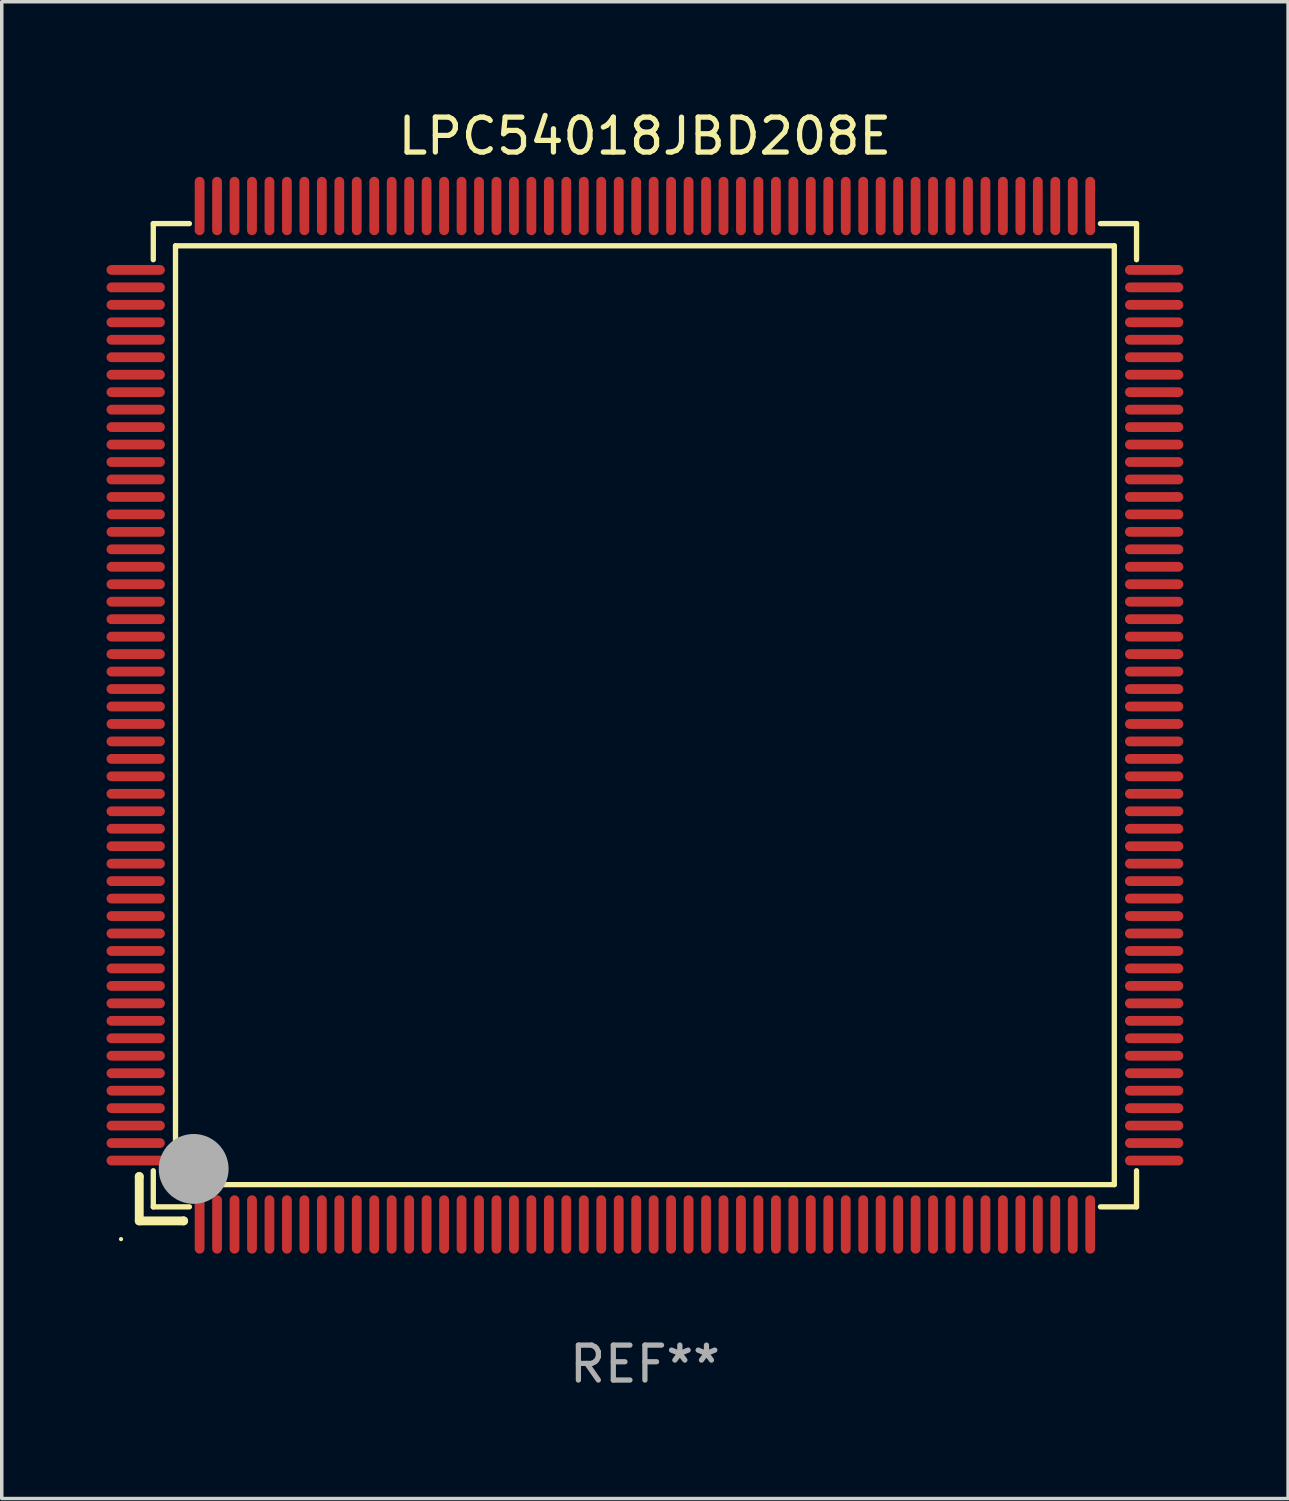
<source format=kicad_pcb>
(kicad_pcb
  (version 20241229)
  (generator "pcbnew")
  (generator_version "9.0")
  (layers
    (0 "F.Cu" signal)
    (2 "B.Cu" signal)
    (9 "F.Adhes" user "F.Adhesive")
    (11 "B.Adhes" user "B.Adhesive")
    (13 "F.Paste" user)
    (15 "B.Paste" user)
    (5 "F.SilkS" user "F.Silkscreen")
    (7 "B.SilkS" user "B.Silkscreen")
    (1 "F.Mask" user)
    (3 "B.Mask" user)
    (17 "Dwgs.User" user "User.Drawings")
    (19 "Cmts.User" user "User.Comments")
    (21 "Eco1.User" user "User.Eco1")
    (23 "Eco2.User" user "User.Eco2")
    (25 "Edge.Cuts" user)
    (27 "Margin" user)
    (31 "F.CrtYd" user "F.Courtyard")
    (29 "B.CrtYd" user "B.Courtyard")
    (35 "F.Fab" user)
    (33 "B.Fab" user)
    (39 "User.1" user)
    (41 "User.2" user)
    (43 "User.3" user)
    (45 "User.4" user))
  (footprint "LPC54018JBD208E"
    (layer "F.Cu")
    (at 15.415 17.428)
    (property "Reference" "LPC54018JBD208E" (at 0 -16.58 0) (layer "F.SilkS") (effects (font (size 1 1) (thickness 0.15))))
    (attr through_hole)
    (fp_line (start -14.478 13.208) (end -14.478 13.208) (stroke (width 0.254) (type solid)) (layer "F.SilkS"))
    (fp_line (start -14.478 13.208) (end -14.478 14.478) (stroke (width 0.254) (type solid)) (layer "F.SilkS"))
    (fp_line (start -14.478 14.478) (end -13.208 14.478) (stroke (width 0.254) (type solid)) (layer "F.SilkS"))
    (fp_line (start -14.076 -14.076) (end -14.076 -13.042) (stroke (width 0.152) (type solid)) (layer "F.SilkS"))
    (fp_line (start -14.076 14.076) (end -14.076 13.042) (stroke (width 0.152) (type solid)) (layer "F.SilkS"))
    (fp_line (start -13.44 -13.44) (end 13.44 -13.44) (stroke (width 0.152) (type solid)) (layer "F.SilkS"))
    (fp_line (start -13.44 13.44) (end -13.44 -13.44) (stroke (width 0.152) (type solid)) (layer "F.SilkS"))
    (fp_line (start -13.208 14.478) (end -13.208 14.478) (stroke (width 0.254) (type solid)) (layer "F.SilkS"))
    (fp_line (start -13.042 -14.076) (end -14.076 -14.076) (stroke (width 0.152) (type solid)) (layer "F.SilkS"))
    (fp_line (start -13.042 14.076) (end -14.076 14.076) (stroke (width 0.152) (type solid)) (layer "F.SilkS"))
    (fp_line (start 13.042 -14.076) (end 14.076 -14.076) (stroke (width 0.152) (type solid)) (layer "F.SilkS"))
    (fp_line (start 13.042 14.076) (end 14.076 14.076) (stroke (width 0.152) (type solid)) (layer "F.SilkS"))
    (fp_line (start 13.44 -13.44) (end 13.44 13.44) (stroke (width 0.152) (type solid)) (layer "F.SilkS"))
    (fp_line (start 13.44 13.44) (end -13.44 13.44) (stroke (width 0.152) (type solid)) (layer "F.SilkS"))
    (fp_line (start 14.076 -14.076) (end 14.076 -13.042) (stroke (width 0.152) (type solid)) (layer "F.SilkS"))
    (fp_line (start 14.076 14.076) (end 14.076 13.042) (stroke (width 0.152) (type solid)) (layer "F.SilkS"))
    (fp_circle (center -15 15) (end -14.97 15) (stroke (width 0.06) (type solid)) (fill no) (layer "F.SilkS"))
    (fp_circle (center -13.138 13.138) (end -13.063 13.138) (stroke (width 0.15) (type solid)) (fill no) (layer "F.SilkS"))
    (fp_circle (center -12.92 12.99) (end -12.42 12.99) (stroke (width 1) (type solid)) (fill no) (layer "F.Fab"))
    (fp_text user "REF**" (at 0 18.58 0) (layer "F.Fab") (effects (font (size 1 1) (thickness 0.15))))
    (pad "1" smd oval (at -12.75 14.58) (size 0.28 1.67) (layers "F.Cu" "F.Mask" "F.Paste"))
    (pad "2" smd oval (at -12.25 14.58) (size 0.28 1.67) (layers "F.Cu" "F.Mask" "F.Paste"))
    (pad "3" smd oval (at -11.75 14.58) (size 0.28 1.67) (layers "F.Cu" "F.Mask" "F.Paste"))
    (pad "4" smd oval (at -11.25 14.58) (size 0.28 1.67) (layers "F.Cu" "F.Mask" "F.Paste"))
    (pad "5" smd oval (at -10.75 14.58) (size 0.28 1.67) (layers "F.Cu" "F.Mask" "F.Paste"))
    (pad "6" smd oval (at -10.25 14.58) (size 0.28 1.67) (layers "F.Cu" "F.Mask" "F.Paste"))
    (pad "7" smd oval (at -9.75 14.58) (size 0.28 1.67) (layers "F.Cu" "F.Mask" "F.Paste"))
    (pad "8" smd oval (at -9.25 14.58) (size 0.28 1.67) (layers "F.Cu" "F.Mask" "F.Paste"))
    (pad "9" smd oval (at -8.75 14.58) (size 0.28 1.67) (layers "F.Cu" "F.Mask" "F.Paste"))
    (pad "10" smd oval (at -8.25 14.58) (size 0.28 1.67) (layers "F.Cu" "F.Mask" "F.Paste"))
    (pad "11" smd oval (at -7.75 14.58) (size 0.28 1.67) (layers "F.Cu" "F.Mask" "F.Paste"))
    (pad "12" smd oval (at -7.25 14.58) (size 0.28 1.67) (layers "F.Cu" "F.Mask" "F.Paste"))
    (pad "13" smd oval (at -6.75 14.58) (size 0.28 1.67) (layers "F.Cu" "F.Mask" "F.Paste"))
    (pad "14" smd oval (at -6.25 14.58) (size 0.28 1.67) (layers "F.Cu" "F.Mask" "F.Paste"))
    (pad "15" smd oval (at -5.75 14.58) (size 0.28 1.67) (layers "F.Cu" "F.Mask" "F.Paste"))
    (pad "16" smd oval (at -5.25 14.58) (size 0.28 1.67) (layers "F.Cu" "F.Mask" "F.Paste"))
    (pad "17" smd oval (at -4.75 14.58) (size 0.28 1.67) (layers "F.Cu" "F.Mask" "F.Paste"))
    (pad "18" smd oval (at -4.25 14.58) (size 0.28 1.67) (layers "F.Cu" "F.Mask" "F.Paste"))
    (pad "19" smd oval (at -3.75 14.58) (size 0.28 1.67) (layers "F.Cu" "F.Mask" "F.Paste"))
    (pad "20" smd oval (at -3.25 14.58) (size 0.28 1.67) (layers "F.Cu" "F.Mask" "F.Paste"))
    (pad "21" smd oval (at -2.75 14.58) (size 0.28 1.67) (layers "F.Cu" "F.Mask" "F.Paste"))
    (pad "22" smd oval (at -2.25 14.58) (size 0.28 1.67) (layers "F.Cu" "F.Mask" "F.Paste"))
    (pad "23" smd oval (at -1.75 14.58) (size 0.28 1.67) (layers "F.Cu" "F.Mask" "F.Paste"))
    (pad "24" smd oval (at -1.25 14.58) (size 0.28 1.67) (layers "F.Cu" "F.Mask" "F.Paste"))
    (pad "25" smd oval (at -0.75 14.58) (size 0.28 1.67) (layers "F.Cu" "F.Mask" "F.Paste"))
    (pad "26" smd oval (at -0.25 14.58) (size 0.28 1.67) (layers "F.Cu" "F.Mask" "F.Paste"))
    (pad "27" smd oval (at 0.25 14.58) (size 0.28 1.67) (layers "F.Cu" "F.Mask" "F.Paste"))
    (pad "28" smd oval (at 0.75 14.58) (size 0.28 1.67) (layers "F.Cu" "F.Mask" "F.Paste"))
    (pad "29" smd oval (at 1.25 14.58) (size 0.28 1.67) (layers "F.Cu" "F.Mask" "F.Paste"))
    (pad "30" smd oval (at 1.75 14.58) (size 0.28 1.67) (layers "F.Cu" "F.Mask" "F.Paste"))
    (pad "31" smd oval (at 2.25 14.58) (size 0.28 1.67) (layers "F.Cu" "F.Mask" "F.Paste"))
    (pad "32" smd oval (at 2.75 14.58) (size 0.28 1.67) (layers "F.Cu" "F.Mask" "F.Paste"))
    (pad "33" smd oval (at 3.25 14.58) (size 0.28 1.67) (layers "F.Cu" "F.Mask" "F.Paste"))
    (pad "34" smd oval (at 3.75 14.58) (size 0.28 1.67) (layers "F.Cu" "F.Mask" "F.Paste"))
    (pad "35" smd oval (at 4.25 14.58) (size 0.28 1.67) (layers "F.Cu" "F.Mask" "F.Paste"))
    (pad "36" smd oval (at 4.75 14.58) (size 0.28 1.67) (layers "F.Cu" "F.Mask" "F.Paste"))
    (pad "37" smd oval (at 5.25 14.58) (size 0.28 1.67) (layers "F.Cu" "F.Mask" "F.Paste"))
    (pad "38" smd oval (at 5.75 14.58) (size 0.28 1.67) (layers "F.Cu" "F.Mask" "F.Paste"))
    (pad "39" smd oval (at 6.25 14.58) (size 0.28 1.67) (layers "F.Cu" "F.Mask" "F.Paste"))
    (pad "40" smd oval (at 6.75 14.58) (size 0.28 1.67) (layers "F.Cu" "F.Mask" "F.Paste"))
    (pad "41" smd oval (at 7.25 14.58) (size 0.28 1.67) (layers "F.Cu" "F.Mask" "F.Paste"))
    (pad "42" smd oval (at 7.75 14.58) (size 0.28 1.67) (layers "F.Cu" "F.Mask" "F.Paste"))
    (pad "43" smd oval (at 8.25 14.58) (size 0.28 1.67) (layers "F.Cu" "F.Mask" "F.Paste"))
    (pad "44" smd oval (at 8.75 14.58) (size 0.28 1.67) (layers "F.Cu" "F.Mask" "F.Paste"))
    (pad "45" smd oval (at 9.25 14.58) (size 0.28 1.67) (layers "F.Cu" "F.Mask" "F.Paste"))
    (pad "46" smd oval (at 9.75 14.58) (size 0.28 1.67) (layers "F.Cu" "F.Mask" "F.Paste"))
    (pad "47" smd oval (at 10.25 14.58) (size 0.28 1.67) (layers "F.Cu" "F.Mask" "F.Paste"))
    (pad "48" smd oval (at 10.75 14.58) (size 0.28 1.67) (layers "F.Cu" "F.Mask" "F.Paste"))
    (pad "49" smd oval (at 11.25 14.58) (size 0.28 1.67) (layers "F.Cu" "F.Mask" "F.Paste"))
    (pad "50" smd oval (at 11.75 14.58) (size 0.28 1.67) (layers "F.Cu" "F.Mask" "F.Paste"))
    (pad "51" smd oval (at 12.25 14.58) (size 0.28 1.67) (layers "F.Cu" "F.Mask" "F.Paste"))
    (pad "52" smd oval (at 12.75 14.58) (size 0.28 1.67) (layers "F.Cu" "F.Mask" "F.Paste"))
    (pad "53" smd oval (at 14.58 12.75) (size 1.67 0.28) (layers "F.Cu" "F.Mask" "F.Paste"))
    (pad "54" smd oval (at 14.58 12.25) (size 1.67 0.28) (layers "F.Cu" "F.Mask" "F.Paste"))
    (pad "55" smd oval (at 14.58 11.75) (size 1.67 0.28) (layers "F.Cu" "F.Mask" "F.Paste"))
    (pad "56" smd oval (at 14.58 11.25) (size 1.67 0.28) (layers "F.Cu" "F.Mask" "F.Paste"))
    (pad "57" smd oval (at 14.58 10.75) (size 1.67 0.28) (layers "F.Cu" "F.Mask" "F.Paste"))
    (pad "58" smd oval (at 14.58 10.25) (size 1.67 0.28) (layers "F.Cu" "F.Mask" "F.Paste"))
    (pad "59" smd oval (at 14.58 9.75) (size 1.67 0.28) (layers "F.Cu" "F.Mask" "F.Paste"))
    (pad "60" smd oval (at 14.58 9.25) (size 1.67 0.28) (layers "F.Cu" "F.Mask" "F.Paste"))
    (pad "61" smd oval (at 14.58 8.75) (size 1.67 0.28) (layers "F.Cu" "F.Mask" "F.Paste"))
    (pad "62" smd oval (at 14.58 8.25) (size 1.67 0.28) (layers "F.Cu" "F.Mask" "F.Paste"))
    (pad "63" smd oval (at 14.58 7.75) (size 1.67 0.28) (layers "F.Cu" "F.Mask" "F.Paste"))
    (pad "64" smd oval (at 14.58 7.25) (size 1.67 0.28) (layers "F.Cu" "F.Mask" "F.Paste"))
    (pad "65" smd oval (at 14.58 6.75) (size 1.67 0.28) (layers "F.Cu" "F.Mask" "F.Paste"))
    (pad "66" smd oval (at 14.58 6.25) (size 1.67 0.28) (layers "F.Cu" "F.Mask" "F.Paste"))
    (pad "67" smd oval (at 14.58 5.75) (size 1.67 0.28) (layers "F.Cu" "F.Mask" "F.Paste"))
    (pad "68" smd oval (at 14.58 5.25) (size 1.67 0.28) (layers "F.Cu" "F.Mask" "F.Paste"))
    (pad "69" smd oval (at 14.58 4.75) (size 1.67 0.28) (layers "F.Cu" "F.Mask" "F.Paste"))
    (pad "70" smd oval (at 14.58 4.25) (size 1.67 0.28) (layers "F.Cu" "F.Mask" "F.Paste"))
    (pad "71" smd oval (at 14.58 3.75) (size 1.67 0.28) (layers "F.Cu" "F.Mask" "F.Paste"))
    (pad "72" smd oval (at 14.58 3.25) (size 1.67 0.28) (layers "F.Cu" "F.Mask" "F.Paste"))
    (pad "73" smd oval (at 14.58 2.75) (size 1.67 0.28) (layers "F.Cu" "F.Mask" "F.Paste"))
    (pad "74" smd oval (at 14.58 2.25) (size 1.67 0.28) (layers "F.Cu" "F.Mask" "F.Paste"))
    (pad "75" smd oval (at 14.58 1.75) (size 1.67 0.28) (layers "F.Cu" "F.Mask" "F.Paste"))
    (pad "76" smd oval (at 14.58 1.25) (size 1.67 0.28) (layers "F.Cu" "F.Mask" "F.Paste"))
    (pad "77" smd oval (at 14.58 0.75) (size 1.67 0.28) (layers "F.Cu" "F.Mask" "F.Paste"))
    (pad "78" smd oval (at 14.58 0.25) (size 1.67 0.28) (layers "F.Cu" "F.Mask" "F.Paste"))
    (pad "79" smd oval (at 14.58 -0.25) (size 1.67 0.28) (layers "F.Cu" "F.Mask" "F.Paste"))
    (pad "80" smd oval (at 14.58 -0.75) (size 1.67 0.28) (layers "F.Cu" "F.Mask" "F.Paste"))
    (pad "81" smd oval (at 14.58 -1.25) (size 1.67 0.28) (layers "F.Cu" "F.Mask" "F.Paste"))
    (pad "82" smd oval (at 14.58 -1.75) (size 1.67 0.28) (layers "F.Cu" "F.Mask" "F.Paste"))
    (pad "83" smd oval (at 14.58 -2.25) (size 1.67 0.28) (layers "F.Cu" "F.Mask" "F.Paste"))
    (pad "84" smd oval (at 14.58 -2.75) (size 1.67 0.28) (layers "F.Cu" "F.Mask" "F.Paste"))
    (pad "85" smd oval (at 14.58 -3.25) (size 1.67 0.28) (layers "F.Cu" "F.Mask" "F.Paste"))
    (pad "86" smd oval (at 14.58 -3.75) (size 1.67 0.28) (layers "F.Cu" "F.Mask" "F.Paste"))
    (pad "87" smd oval (at 14.58 -4.25) (size 1.67 0.28) (layers "F.Cu" "F.Mask" "F.Paste"))
    (pad "88" smd oval (at 14.58 -4.75) (size 1.67 0.28) (layers "F.Cu" "F.Mask" "F.Paste"))
    (pad "89" smd oval (at 14.58 -5.25) (size 1.67 0.28) (layers "F.Cu" "F.Mask" "F.Paste"))
    (pad "90" smd oval (at 14.58 -5.75) (size 1.67 0.28) (layers "F.Cu" "F.Mask" "F.Paste"))
    (pad "91" smd oval (at 14.58 -6.25) (size 1.67 0.28) (layers "F.Cu" "F.Mask" "F.Paste"))
    (pad "92" smd oval (at 14.58 -6.75) (size 1.67 0.28) (layers "F.Cu" "F.Mask" "F.Paste"))
    (pad "93" smd oval (at 14.58 -7.25) (size 1.67 0.28) (layers "F.Cu" "F.Mask" "F.Paste"))
    (pad "94" smd oval (at 14.58 -7.75) (size 1.67 0.28) (layers "F.Cu" "F.Mask" "F.Paste"))
    (pad "95" smd oval (at 14.58 -8.25) (size 1.67 0.28) (layers "F.Cu" "F.Mask" "F.Paste"))
    (pad "96" smd oval (at 14.58 -8.75) (size 1.67 0.28) (layers "F.Cu" "F.Mask" "F.Paste"))
    (pad "97" smd oval (at 14.58 -9.25) (size 1.67 0.28) (layers "F.Cu" "F.Mask" "F.Paste"))
    (pad "98" smd oval (at 14.58 -9.75) (size 1.67 0.28) (layers "F.Cu" "F.Mask" "F.Paste"))
    (pad "99" smd oval (at 14.58 -10.25) (size 1.67 0.28) (layers "F.Cu" "F.Mask" "F.Paste"))
    (pad "100" smd oval (at 14.58 -10.75) (size 1.67 0.28) (layers "F.Cu" "F.Mask" "F.Paste"))
    (pad "101" smd oval (at 14.58 -11.25) (size 1.67 0.28) (layers "F.Cu" "F.Mask" "F.Paste"))
    (pad "102" smd oval (at 14.58 -11.75) (size 1.67 0.28) (layers "F.Cu" "F.Mask" "F.Paste"))
    (pad "103" smd oval (at 14.58 -12.25) (size 1.67 0.28) (layers "F.Cu" "F.Mask" "F.Paste"))
    (pad "104" smd oval (at 14.58 -12.75) (size 1.67 0.28) (layers "F.Cu" "F.Mask" "F.Paste"))
    (pad "105" smd oval (at 12.75 -14.58) (size 0.28 1.67) (layers "F.Cu" "F.Mask" "F.Paste"))
    (pad "106" smd oval (at 12.25 -14.58) (size 0.28 1.67) (layers "F.Cu" "F.Mask" "F.Paste"))
    (pad "107" smd oval (at 11.75 -14.58) (size 0.28 1.67) (layers "F.Cu" "F.Mask" "F.Paste"))
    (pad "108" smd oval (at 11.25 -14.58) (size 0.28 1.67) (layers "F.Cu" "F.Mask" "F.Paste"))
    (pad "109" smd oval (at 10.75 -14.58) (size 0.28 1.67) (layers "F.Cu" "F.Mask" "F.Paste"))
    (pad "110" smd oval (at 10.25 -14.58) (size 0.28 1.67) (layers "F.Cu" "F.Mask" "F.Paste"))
    (pad "111" smd oval (at 9.75 -14.58) (size 0.28 1.67) (layers "F.Cu" "F.Mask" "F.Paste"))
    (pad "112" smd oval (at 9.25 -14.58) (size 0.28 1.67) (layers "F.Cu" "F.Mask" "F.Paste"))
    (pad "113" smd oval (at 8.75 -14.58) (size 0.28 1.67) (layers "F.Cu" "F.Mask" "F.Paste"))
    (pad "114" smd oval (at 8.25 -14.58) (size 0.28 1.67) (layers "F.Cu" "F.Mask" "F.Paste"))
    (pad "115" smd oval (at 7.75 -14.58) (size 0.28 1.67) (layers "F.Cu" "F.Mask" "F.Paste"))
    (pad "116" smd oval (at 7.25 -14.58) (size 0.28 1.67) (layers "F.Cu" "F.Mask" "F.Paste"))
    (pad "117" smd oval (at 6.75 -14.58) (size 0.28 1.67) (layers "F.Cu" "F.Mask" "F.Paste"))
    (pad "118" smd oval (at 6.25 -14.58) (size 0.28 1.67) (layers "F.Cu" "F.Mask" "F.Paste"))
    (pad "119" smd oval (at 5.75 -14.58) (size 0.28 1.67) (layers "F.Cu" "F.Mask" "F.Paste"))
    (pad "120" smd oval (at 5.25 -14.58) (size 0.28 1.67) (layers "F.Cu" "F.Mask" "F.Paste"))
    (pad "121" smd oval (at 4.75 -14.58) (size 0.28 1.67) (layers "F.Cu" "F.Mask" "F.Paste"))
    (pad "122" smd oval (at 4.25 -14.58) (size 0.28 1.67) (layers "F.Cu" "F.Mask" "F.Paste"))
    (pad "123" smd oval (at 3.75 -14.58) (size 0.28 1.67) (layers "F.Cu" "F.Mask" "F.Paste"))
    (pad "124" smd oval (at 3.25 -14.58) (size 0.28 1.67) (layers "F.Cu" "F.Mask" "F.Paste"))
    (pad "125" smd oval (at 2.75 -14.58) (size 0.28 1.67) (layers "F.Cu" "F.Mask" "F.Paste"))
    (pad "126" smd oval (at 2.25 -14.58) (size 0.28 1.67) (layers "F.Cu" "F.Mask" "F.Paste"))
    (pad "127" smd oval (at 1.75 -14.58) (size 0.28 1.67) (layers "F.Cu" "F.Mask" "F.Paste"))
    (pad "128" smd oval (at 1.25 -14.58) (size 0.28 1.67) (layers "F.Cu" "F.Mask" "F.Paste"))
    (pad "129" smd oval (at 0.75 -14.58) (size 0.28 1.67) (layers "F.Cu" "F.Mask" "F.Paste"))
    (pad "130" smd oval (at 0.25 -14.58) (size 0.28 1.67) (layers "F.Cu" "F.Mask" "F.Paste"))
    (pad "131" smd oval (at -0.25 -14.58) (size 0.28 1.67) (layers "F.Cu" "F.Mask" "F.Paste"))
    (pad "132" smd oval (at -0.75 -14.58) (size 0.28 1.67) (layers "F.Cu" "F.Mask" "F.Paste"))
    (pad "133" smd oval (at -1.25 -14.58) (size 0.28 1.67) (layers "F.Cu" "F.Mask" "F.Paste"))
    (pad "134" smd oval (at -1.75 -14.58) (size 0.28 1.67) (layers "F.Cu" "F.Mask" "F.Paste"))
    (pad "135" smd oval (at -2.25 -14.58) (size 0.28 1.67) (layers "F.Cu" "F.Mask" "F.Paste"))
    (pad "136" smd oval (at -2.75 -14.58) (size 0.28 1.67) (layers "F.Cu" "F.Mask" "F.Paste"))
    (pad "137" smd oval (at -3.25 -14.58) (size 0.28 1.67) (layers "F.Cu" "F.Mask" "F.Paste"))
    (pad "138" smd oval (at -3.75 -14.58) (size 0.28 1.67) (layers "F.Cu" "F.Mask" "F.Paste"))
    (pad "139" smd oval (at -4.25 -14.58) (size 0.28 1.67) (layers "F.Cu" "F.Mask" "F.Paste"))
    (pad "140" smd oval (at -4.75 -14.58) (size 0.28 1.67) (layers "F.Cu" "F.Mask" "F.Paste"))
    (pad "141" smd oval (at -5.25 -14.58) (size 0.28 1.67) (layers "F.Cu" "F.Mask" "F.Paste"))
    (pad "142" smd oval (at -5.75 -14.58) (size 0.28 1.67) (layers "F.Cu" "F.Mask" "F.Paste"))
    (pad "143" smd oval (at -6.25 -14.58) (size 0.28 1.67) (layers "F.Cu" "F.Mask" "F.Paste"))
    (pad "144" smd oval (at -6.75 -14.58) (size 0.28 1.67) (layers "F.Cu" "F.Mask" "F.Paste"))
    (pad "145" smd oval (at -7.25 -14.58) (size 0.28 1.67) (layers "F.Cu" "F.Mask" "F.Paste"))
    (pad "146" smd oval (at -7.75 -14.58) (size 0.28 1.67) (layers "F.Cu" "F.Mask" "F.Paste"))
    (pad "147" smd oval (at -8.25 -14.58) (size 0.28 1.67) (layers "F.Cu" "F.Mask" "F.Paste"))
    (pad "148" smd oval (at -8.75 -14.58) (size 0.28 1.67) (layers "F.Cu" "F.Mask" "F.Paste"))
    (pad "149" smd oval (at -9.25 -14.58) (size 0.28 1.67) (layers "F.Cu" "F.Mask" "F.Paste"))
    (pad "150" smd oval (at -9.75 -14.58) (size 0.28 1.67) (layers "F.Cu" "F.Mask" "F.Paste"))
    (pad "151" smd oval (at -10.25 -14.58) (size 0.28 1.67) (layers "F.Cu" "F.Mask" "F.Paste"))
    (pad "152" smd oval (at -10.75 -14.58) (size 0.28 1.67) (layers "F.Cu" "F.Mask" "F.Paste"))
    (pad "153" smd oval (at -11.25 -14.58) (size 0.28 1.67) (layers "F.Cu" "F.Mask" "F.Paste"))
    (pad "154" smd oval (at -11.75 -14.58) (size 0.28 1.67) (layers "F.Cu" "F.Mask" "F.Paste"))
    (pad "155" smd oval (at -12.25 -14.58) (size 0.28 1.67) (layers "F.Cu" "F.Mask" "F.Paste"))
    (pad "156" smd oval (at -12.75 -14.58) (size 0.28 1.67) (layers "F.Cu" "F.Mask" "F.Paste"))
    (pad "157" smd oval (at -14.58 -12.75) (size 1.67 0.28) (layers "F.Cu" "F.Mask" "F.Paste"))
    (pad "158" smd oval (at -14.58 -12.25) (size 1.67 0.28) (layers "F.Cu" "F.Mask" "F.Paste"))
    (pad "159" smd oval (at -14.58 -11.75) (size 1.67 0.28) (layers "F.Cu" "F.Mask" "F.Paste"))
    (pad "160" smd oval (at -14.58 -11.25) (size 1.67 0.28) (layers "F.Cu" "F.Mask" "F.Paste"))
    (pad "161" smd oval (at -14.58 -10.75) (size 1.67 0.28) (layers "F.Cu" "F.Mask" "F.Paste"))
    (pad "162" smd oval (at -14.58 -10.25) (size 1.67 0.28) (layers "F.Cu" "F.Mask" "F.Paste"))
    (pad "163" smd oval (at -14.58 -9.75) (size 1.67 0.28) (layers "F.Cu" "F.Mask" "F.Paste"))
    (pad "164" smd oval (at -14.58 -9.25) (size 1.67 0.28) (layers "F.Cu" "F.Mask" "F.Paste"))
    (pad "165" smd oval (at -14.58 -8.75) (size 1.67 0.28) (layers "F.Cu" "F.Mask" "F.Paste"))
    (pad "166" smd oval (at -14.58 -8.25) (size 1.67 0.28) (layers "F.Cu" "F.Mask" "F.Paste"))
    (pad "167" smd oval (at -14.58 -7.75) (size 1.67 0.28) (layers "F.Cu" "F.Mask" "F.Paste"))
    (pad "168" smd oval (at -14.58 -7.25) (size 1.67 0.28) (layers "F.Cu" "F.Mask" "F.Paste"))
    (pad "169" smd oval (at -14.58 -6.75) (size 1.67 0.28) (layers "F.Cu" "F.Mask" "F.Paste"))
    (pad "170" smd oval (at -14.58 -6.25) (size 1.67 0.28) (layers "F.Cu" "F.Mask" "F.Paste"))
    (pad "171" smd oval (at -14.58 -5.75) (size 1.67 0.28) (layers "F.Cu" "F.Mask" "F.Paste"))
    (pad "172" smd oval (at -14.58 -5.25) (size 1.67 0.28) (layers "F.Cu" "F.Mask" "F.Paste"))
    (pad "173" smd oval (at -14.58 -4.75) (size 1.67 0.28) (layers "F.Cu" "F.Mask" "F.Paste"))
    (pad "174" smd oval (at -14.58 -4.25) (size 1.67 0.28) (layers "F.Cu" "F.Mask" "F.Paste"))
    (pad "175" smd oval (at -14.58 -3.75) (size 1.67 0.28) (layers "F.Cu" "F.Mask" "F.Paste"))
    (pad "176" smd oval (at -14.58 -3.25) (size 1.67 0.28) (layers "F.Cu" "F.Mask" "F.Paste"))
    (pad "177" smd oval (at -14.58 -2.75) (size 1.67 0.28) (layers "F.Cu" "F.Mask" "F.Paste"))
    (pad "178" smd oval (at -14.58 -2.25) (size 1.67 0.28) (layers "F.Cu" "F.Mask" "F.Paste"))
    (pad "179" smd oval (at -14.58 -1.75) (size 1.67 0.28) (layers "F.Cu" "F.Mask" "F.Paste"))
    (pad "180" smd oval (at -14.58 -1.25) (size 1.67 0.28) (layers "F.Cu" "F.Mask" "F.Paste"))
    (pad "181" smd oval (at -14.58 -0.75) (size 1.67 0.28) (layers "F.Cu" "F.Mask" "F.Paste"))
    (pad "182" smd oval (at -14.58 -0.25) (size 1.67 0.28) (layers "F.Cu" "F.Mask" "F.Paste"))
    (pad "183" smd oval (at -14.58 0.25) (size 1.67 0.28) (layers "F.Cu" "F.Mask" "F.Paste"))
    (pad "184" smd oval (at -14.58 0.75) (size 1.67 0.28) (layers "F.Cu" "F.Mask" "F.Paste"))
    (pad "185" smd oval (at -14.58 1.25) (size 1.67 0.28) (layers "F.Cu" "F.Mask" "F.Paste"))
    (pad "186" smd oval (at -14.58 1.75) (size 1.67 0.28) (layers "F.Cu" "F.Mask" "F.Paste"))
    (pad "187" smd oval (at -14.58 2.25) (size 1.67 0.28) (layers "F.Cu" "F.Mask" "F.Paste"))
    (pad "188" smd oval (at -14.58 2.75) (size 1.67 0.28) (layers "F.Cu" "F.Mask" "F.Paste"))
    (pad "189" smd oval (at -14.58 3.25) (size 1.67 0.28) (layers "F.Cu" "F.Mask" "F.Paste"))
    (pad "190" smd oval (at -14.58 3.75) (size 1.67 0.28) (layers "F.Cu" "F.Mask" "F.Paste"))
    (pad "191" smd oval (at -14.58 4.25) (size 1.67 0.28) (layers "F.Cu" "F.Mask" "F.Paste"))
    (pad "192" smd oval (at -14.58 4.75) (size 1.67 0.28) (layers "F.Cu" "F.Mask" "F.Paste"))
    (pad "193" smd oval (at -14.58 5.25) (size 1.67 0.28) (layers "F.Cu" "F.Mask" "F.Paste"))
    (pad "194" smd oval (at -14.58 5.75) (size 1.67 0.28) (layers "F.Cu" "F.Mask" "F.Paste"))
    (pad "195" smd oval (at -14.58 6.25) (size 1.67 0.28) (layers "F.Cu" "F.Mask" "F.Paste"))
    (pad "196" smd oval (at -14.58 6.75) (size 1.67 0.28) (layers "F.Cu" "F.Mask" "F.Paste"))
    (pad "197" smd oval (at -14.58 7.25) (size 1.67 0.28) (layers "F.Cu" "F.Mask" "F.Paste"))
    (pad "198" smd oval (at -14.58 7.75) (size 1.67 0.28) (layers "F.Cu" "F.Mask" "F.Paste"))
    (pad "199" smd oval (at -14.58 8.25) (size 1.67 0.28) (layers "F.Cu" "F.Mask" "F.Paste"))
    (pad "200" smd oval (at -14.58 8.75) (size 1.67 0.28) (layers "F.Cu" "F.Mask" "F.Paste"))
    (pad "201" smd oval (at -14.58 9.25) (size 1.67 0.28) (layers "F.Cu" "F.Mask" "F.Paste"))
    (pad "202" smd oval (at -14.58 9.75) (size 1.67 0.28) (layers "F.Cu" "F.Mask" "F.Paste"))
    (pad "203" smd oval (at -14.58 10.25) (size 1.67 0.28) (layers "F.Cu" "F.Mask" "F.Paste"))
    (pad "204" smd oval (at -14.58 10.75) (size 1.67 0.28) (layers "F.Cu" "F.Mask" "F.Paste"))
    (pad "205" smd oval (at -14.58 11.25) (size 1.67 0.28) (layers "F.Cu" "F.Mask" "F.Paste"))
    (pad "206" smd oval (at -14.58 11.75) (size 1.67 0.28) (layers "F.Cu" "F.Mask" "F.Paste"))
    (pad "207" smd oval (at -14.58 12.25) (size 1.67 0.28) (layers "F.Cu" "F.Mask" "F.Paste"))
    (pad "208" smd oval (at -14.58 12.75) (size 1.67 0.28) (layers "F.Cu" "F.Mask" "F.Paste")))
  (gr_rect
    (start -3 -3)
    (end 33.83 39.856)
    (stroke (width 0.1) (type default))
    (fill no)
    (layer "Edge.Cuts")))
</source>
